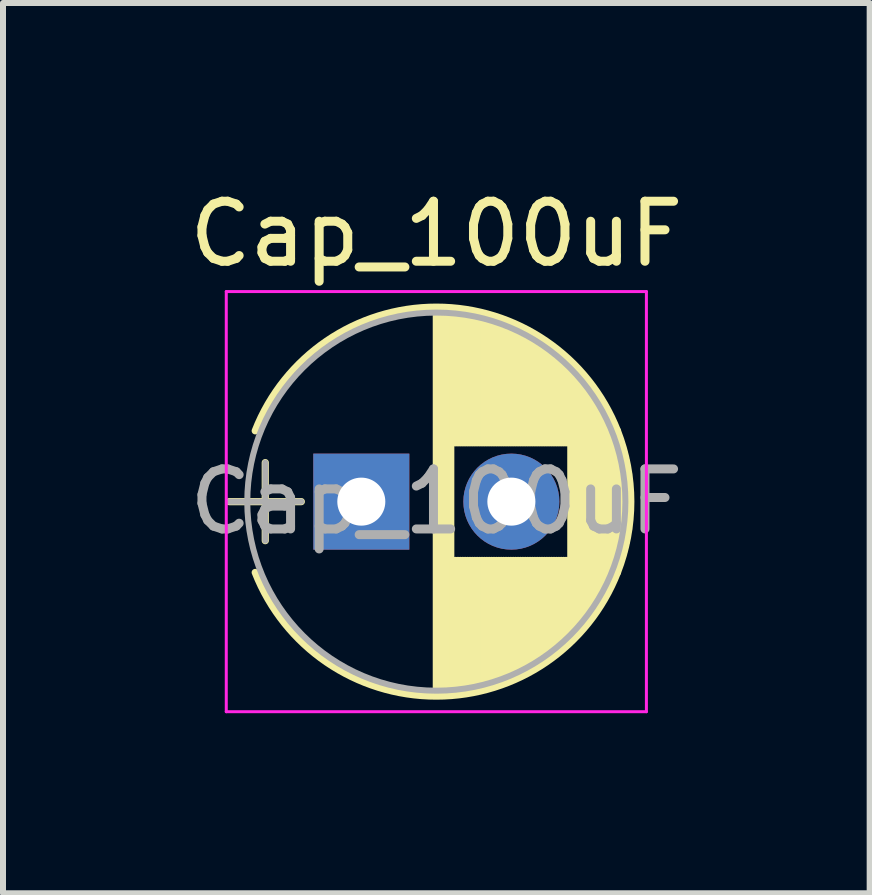
<source format=kicad_pcb>
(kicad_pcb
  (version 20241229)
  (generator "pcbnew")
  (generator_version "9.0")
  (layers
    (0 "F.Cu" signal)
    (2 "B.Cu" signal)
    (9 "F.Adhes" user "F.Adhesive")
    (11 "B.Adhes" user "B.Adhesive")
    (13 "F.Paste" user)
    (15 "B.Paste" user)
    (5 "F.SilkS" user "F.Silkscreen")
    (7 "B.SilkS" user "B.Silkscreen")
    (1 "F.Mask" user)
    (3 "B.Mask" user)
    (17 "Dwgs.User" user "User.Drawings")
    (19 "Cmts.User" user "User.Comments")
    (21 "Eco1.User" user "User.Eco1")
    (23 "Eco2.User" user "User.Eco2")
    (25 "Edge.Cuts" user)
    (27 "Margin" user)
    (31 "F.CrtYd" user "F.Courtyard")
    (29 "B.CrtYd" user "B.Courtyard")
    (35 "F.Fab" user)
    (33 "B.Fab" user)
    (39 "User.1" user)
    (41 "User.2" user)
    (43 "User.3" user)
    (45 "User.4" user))
  (footprint "Cap_100uF"
    (layer "F.Cu")
    (at 2.97 5.308)
    (property "Reference" "Cap_100uF" (at 1.25 -4.46 0) (layer "F.SilkS") (effects (font (size 1 1) (thickness 0.15))))
    (attr through_hole)
    (fp_line (start -2.2 0) (end -1 0) (stroke (width 0.12) (type solid)) (layer "F.SilkS"))
    (fp_line (start -1.6 -0.65) (end -1.6 0.65) (stroke (width 0.12) (type solid)) (layer "F.SilkS"))
    (fp_line (start 1.25 -3.2) (end 1.25 3.2) (stroke (width 0.12) (type solid)) (layer "F.SilkS"))
    (fp_line (start 1.29 -3.2) (end 1.29 3.2) (stroke (width 0.12) (type solid)) (layer "F.SilkS"))
    (fp_line (start 1.33 -3.2) (end 1.33 3.2) (stroke (width 0.12) (type solid)) (layer "F.SilkS"))
    (fp_line (start 1.37 -3.198) (end 1.37 3.198) (stroke (width 0.12) (type solid)) (layer "F.SilkS"))
    (fp_line (start 1.41 -3.197) (end 1.41 3.197) (stroke (width 0.12) (type solid)) (layer "F.SilkS"))
    (fp_line (start 1.45 -3.194) (end 1.45 3.194) (stroke (width 0.12) (type solid)) (layer "F.SilkS"))
    (fp_line (start 1.49 -3.192) (end 1.49 3.192) (stroke (width 0.12) (type solid)) (layer "F.SilkS"))
    (fp_line (start 1.53 -3.188) (end 1.53 -0.98) (stroke (width 0.12) (type solid)) (layer "F.SilkS"))
    (fp_line (start 1.53 0.98) (end 1.53 3.188) (stroke (width 0.12) (type solid)) (layer "F.SilkS"))
    (fp_line (start 1.57 -3.185) (end 1.57 -0.98) (stroke (width 0.12) (type solid)) (layer "F.SilkS"))
    (fp_line (start 1.57 0.98) (end 1.57 3.185) (stroke (width 0.12) (type solid)) (layer "F.SilkS"))
    (fp_line (start 1.61 -3.18) (end 1.61 -0.98) (stroke (width 0.12) (type solid)) (layer "F.SilkS"))
    (fp_line (start 1.61 0.98) (end 1.61 3.18) (stroke (width 0.12) (type solid)) (layer "F.SilkS"))
    (fp_line (start 1.65 -3.176) (end 1.65 -0.98) (stroke (width 0.12) (type solid)) (layer "F.SilkS"))
    (fp_line (start 1.65 0.98) (end 1.65 3.176) (stroke (width 0.12) (type solid)) (layer "F.SilkS"))
    (fp_line (start 1.69 -3.17) (end 1.69 -0.98) (stroke (width 0.12) (type solid)) (layer "F.SilkS"))
    (fp_line (start 1.69 0.98) (end 1.69 3.17) (stroke (width 0.12) (type solid)) (layer "F.SilkS"))
    (fp_line (start 1.73 -3.165) (end 1.73 -0.98) (stroke (width 0.12) (type solid)) (layer "F.SilkS"))
    (fp_line (start 1.73 0.98) (end 1.73 3.165) (stroke (width 0.12) (type solid)) (layer "F.SilkS"))
    (fp_line (start 1.77 -3.158) (end 1.77 -0.98) (stroke (width 0.12) (type solid)) (layer "F.SilkS"))
    (fp_line (start 1.77 0.98) (end 1.77 3.158) (stroke (width 0.12) (type solid)) (layer "F.SilkS"))
    (fp_line (start 1.81 -3.152) (end 1.81 -0.98) (stroke (width 0.12) (type solid)) (layer "F.SilkS"))
    (fp_line (start 1.81 0.98) (end 1.81 3.152) (stroke (width 0.12) (type solid)) (layer "F.SilkS"))
    (fp_line (start 1.85 -3.144) (end 1.85 -0.98) (stroke (width 0.12) (type solid)) (layer "F.SilkS"))
    (fp_line (start 1.85 0.98) (end 1.85 3.144) (stroke (width 0.12) (type solid)) (layer "F.SilkS"))
    (fp_line (start 1.89 -3.137) (end 1.89 -0.98) (stroke (width 0.12) (type solid)) (layer "F.SilkS"))
    (fp_line (start 1.89 0.98) (end 1.89 3.137) (stroke (width 0.12) (type solid)) (layer "F.SilkS"))
    (fp_line (start 1.93 -3.128) (end 1.93 -0.98) (stroke (width 0.12) (type solid)) (layer "F.SilkS"))
    (fp_line (start 1.93 0.98) (end 1.93 3.128) (stroke (width 0.12) (type solid)) (layer "F.SilkS"))
    (fp_line (start 1.971 -3.119) (end 1.971 -0.98) (stroke (width 0.12) (type solid)) (layer "F.SilkS"))
    (fp_line (start 1.971 0.98) (end 1.971 3.119) (stroke (width 0.12) (type solid)) (layer "F.SilkS"))
    (fp_line (start 2.011 -3.11) (end 2.011 -0.98) (stroke (width 0.12) (type solid)) (layer "F.SilkS"))
    (fp_line (start 2.011 0.98) (end 2.011 3.11) (stroke (width 0.12) (type solid)) (layer "F.SilkS"))
    (fp_line (start 2.051 -3.1) (end 2.051 -0.98) (stroke (width 0.12) (type solid)) (layer "F.SilkS"))
    (fp_line (start 2.051 0.98) (end 2.051 3.1) (stroke (width 0.12) (type solid)) (layer "F.SilkS"))
    (fp_line (start 2.091 -3.09) (end 2.091 -0.98) (stroke (width 0.12) (type solid)) (layer "F.SilkS"))
    (fp_line (start 2.091 0.98) (end 2.091 3.09) (stroke (width 0.12) (type solid)) (layer "F.SilkS"))
    (fp_line (start 2.131 -3.079) (end 2.131 -0.98) (stroke (width 0.12) (type solid)) (layer "F.SilkS"))
    (fp_line (start 2.131 0.98) (end 2.131 3.079) (stroke (width 0.12) (type solid)) (layer "F.SilkS"))
    (fp_line (start 2.171 -3.067) (end 2.171 -0.98) (stroke (width 0.12) (type solid)) (layer "F.SilkS"))
    (fp_line (start 2.171 0.98) (end 2.171 3.067) (stroke (width 0.12) (type solid)) (layer "F.SilkS"))
    (fp_line (start 2.211 -3.055) (end 2.211 -0.98) (stroke (width 0.12) (type solid)) (layer "F.SilkS"))
    (fp_line (start 2.211 0.98) (end 2.211 3.055) (stroke (width 0.12) (type solid)) (layer "F.SilkS"))
    (fp_line (start 2.251 -3.042) (end 2.251 -0.98) (stroke (width 0.12) (type solid)) (layer "F.SilkS"))
    (fp_line (start 2.251 0.98) (end 2.251 3.042) (stroke (width 0.12) (type solid)) (layer "F.SilkS"))
    (fp_line (start 2.291 -3.029) (end 2.291 -0.98) (stroke (width 0.12) (type solid)) (layer "F.SilkS"))
    (fp_line (start 2.291 0.98) (end 2.291 3.029) (stroke (width 0.12) (type solid)) (layer "F.SilkS"))
    (fp_line (start 2.331 -3.015) (end 2.331 -0.98) (stroke (width 0.12) (type solid)) (layer "F.SilkS"))
    (fp_line (start 2.331 0.98) (end 2.331 3.015) (stroke (width 0.12) (type solid)) (layer "F.SilkS"))
    (fp_line (start 2.371 -3.001) (end 2.371 -0.98) (stroke (width 0.12) (type solid)) (layer "F.SilkS"))
    (fp_line (start 2.371 0.98) (end 2.371 3.001) (stroke (width 0.12) (type solid)) (layer "F.SilkS"))
    (fp_line (start 2.411 -2.986) (end 2.411 -0.98) (stroke (width 0.12) (type solid)) (layer "F.SilkS"))
    (fp_line (start 2.411 0.98) (end 2.411 2.986) (stroke (width 0.12) (type solid)) (layer "F.SilkS"))
    (fp_line (start 2.451 -2.97) (end 2.451 -0.98) (stroke (width 0.12) (type solid)) (layer "F.SilkS"))
    (fp_line (start 2.451 0.98) (end 2.451 2.97) (stroke (width 0.12) (type solid)) (layer "F.SilkS"))
    (fp_line (start 2.491 -2.954) (end 2.491 -0.98) (stroke (width 0.12) (type solid)) (layer "F.SilkS"))
    (fp_line (start 2.491 0.98) (end 2.491 2.954) (stroke (width 0.12) (type solid)) (layer "F.SilkS"))
    (fp_line (start 2.531 -2.937) (end 2.531 -0.98) (stroke (width 0.12) (type solid)) (layer "F.SilkS"))
    (fp_line (start 2.531 0.98) (end 2.531 2.937) (stroke (width 0.12) (type solid)) (layer "F.SilkS"))
    (fp_line (start 2.571 -2.919) (end 2.571 -0.98) (stroke (width 0.12) (type solid)) (layer "F.SilkS"))
    (fp_line (start 2.571 0.98) (end 2.571 2.919) (stroke (width 0.12) (type solid)) (layer "F.SilkS"))
    (fp_line (start 2.611 -2.901) (end 2.611 -0.98) (stroke (width 0.12) (type solid)) (layer "F.SilkS"))
    (fp_line (start 2.611 0.98) (end 2.611 2.901) (stroke (width 0.12) (type solid)) (layer "F.SilkS"))
    (fp_line (start 2.651 -2.882) (end 2.651 -0.98) (stroke (width 0.12) (type solid)) (layer "F.SilkS"))
    (fp_line (start 2.651 0.98) (end 2.651 2.882) (stroke (width 0.12) (type solid)) (layer "F.SilkS"))
    (fp_line (start 2.691 -2.863) (end 2.691 -0.98) (stroke (width 0.12) (type solid)) (layer "F.SilkS"))
    (fp_line (start 2.691 0.98) (end 2.691 2.863) (stroke (width 0.12) (type solid)) (layer "F.SilkS"))
    (fp_line (start 2.731 -2.843) (end 2.731 -0.98) (stroke (width 0.12) (type solid)) (layer "F.SilkS"))
    (fp_line (start 2.731 0.98) (end 2.731 2.843) (stroke (width 0.12) (type solid)) (layer "F.SilkS"))
    (fp_line (start 2.771 -2.822) (end 2.771 -0.98) (stroke (width 0.12) (type solid)) (layer "F.SilkS"))
    (fp_line (start 2.771 0.98) (end 2.771 2.822) (stroke (width 0.12) (type solid)) (layer "F.SilkS"))
    (fp_line (start 2.811 -2.8) (end 2.811 -0.98) (stroke (width 0.12) (type solid)) (layer "F.SilkS"))
    (fp_line (start 2.811 0.98) (end 2.811 2.8) (stroke (width 0.12) (type solid)) (layer "F.SilkS"))
    (fp_line (start 2.851 -2.778) (end 2.851 -0.98) (stroke (width 0.12) (type solid)) (layer "F.SilkS"))
    (fp_line (start 2.851 0.98) (end 2.851 2.778) (stroke (width 0.12) (type solid)) (layer "F.SilkS"))
    (fp_line (start 2.891 -2.755) (end 2.891 -0.98) (stroke (width 0.12) (type solid)) (layer "F.SilkS"))
    (fp_line (start 2.891 0.98) (end 2.891 2.755) (stroke (width 0.12) (type solid)) (layer "F.SilkS"))
    (fp_line (start 2.931 -2.731) (end 2.931 -0.98) (stroke (width 0.12) (type solid)) (layer "F.SilkS"))
    (fp_line (start 2.931 0.98) (end 2.931 2.731) (stroke (width 0.12) (type solid)) (layer "F.SilkS"))
    (fp_line (start 2.971 -2.706) (end 2.971 -0.98) (stroke (width 0.12) (type solid)) (layer "F.SilkS"))
    (fp_line (start 2.971 0.98) (end 2.971 2.706) (stroke (width 0.12) (type solid)) (layer "F.SilkS"))
    (fp_line (start 3.011 -2.681) (end 3.011 -0.98) (stroke (width 0.12) (type solid)) (layer "F.SilkS"))
    (fp_line (start 3.011 0.98) (end 3.011 2.681) (stroke (width 0.12) (type solid)) (layer "F.SilkS"))
    (fp_line (start 3.051 -2.654) (end 3.051 -0.98) (stroke (width 0.12) (type solid)) (layer "F.SilkS"))
    (fp_line (start 3.051 0.98) (end 3.051 2.654) (stroke (width 0.12) (type solid)) (layer "F.SilkS"))
    (fp_line (start 3.091 -2.627) (end 3.091 -0.98) (stroke (width 0.12) (type solid)) (layer "F.SilkS"))
    (fp_line (start 3.091 0.98) (end 3.091 2.627) (stroke (width 0.12) (type solid)) (layer "F.SilkS"))
    (fp_line (start 3.131 -2.599) (end 3.131 -0.98) (stroke (width 0.12) (type solid)) (layer "F.SilkS"))
    (fp_line (start 3.131 0.98) (end 3.131 2.599) (stroke (width 0.12) (type solid)) (layer "F.SilkS"))
    (fp_line (start 3.171 -2.57) (end 3.171 -0.98) (stroke (width 0.12) (type solid)) (layer "F.SilkS"))
    (fp_line (start 3.171 0.98) (end 3.171 2.57) (stroke (width 0.12) (type solid)) (layer "F.SilkS"))
    (fp_line (start 3.211 -2.54) (end 3.211 -0.98) (stroke (width 0.12) (type solid)) (layer "F.SilkS"))
    (fp_line (start 3.211 0.98) (end 3.211 2.54) (stroke (width 0.12) (type solid)) (layer "F.SilkS"))
    (fp_line (start 3.251 -2.51) (end 3.251 -0.98) (stroke (width 0.12) (type solid)) (layer "F.SilkS"))
    (fp_line (start 3.251 0.98) (end 3.251 2.51) (stroke (width 0.12) (type solid)) (layer "F.SilkS"))
    (fp_line (start 3.291 -2.478) (end 3.291 -0.98) (stroke (width 0.12) (type solid)) (layer "F.SilkS"))
    (fp_line (start 3.291 0.98) (end 3.291 2.478) (stroke (width 0.12) (type solid)) (layer "F.SilkS"))
    (fp_line (start 3.331 -2.445) (end 3.331 -0.98) (stroke (width 0.12) (type solid)) (layer "F.SilkS"))
    (fp_line (start 3.331 0.98) (end 3.331 2.445) (stroke (width 0.12) (type solid)) (layer "F.SilkS"))
    (fp_line (start 3.371 -2.411) (end 3.371 -0.98) (stroke (width 0.12) (type solid)) (layer "F.SilkS"))
    (fp_line (start 3.371 0.98) (end 3.371 2.411) (stroke (width 0.12) (type solid)) (layer "F.SilkS"))
    (fp_line (start 3.411 -2.375) (end 3.411 -0.98) (stroke (width 0.12) (type solid)) (layer "F.SilkS"))
    (fp_line (start 3.411 0.98) (end 3.411 2.375) (stroke (width 0.12) (type solid)) (layer "F.SilkS"))
    (fp_line (start 3.451 -2.339) (end 3.451 -0.98) (stroke (width 0.12) (type solid)) (layer "F.SilkS"))
    (fp_line (start 3.451 0.98) (end 3.451 2.339) (stroke (width 0.12) (type solid)) (layer "F.SilkS"))
    (fp_line (start 3.491 -2.301) (end 3.491 2.301) (stroke (width 0.12) (type solid)) (layer "F.SilkS"))
    (fp_line (start 3.531 -2.262) (end 3.531 2.262) (stroke (width 0.12) (type solid)) (layer "F.SilkS"))
    (fp_line (start 3.571 -2.222) (end 3.571 2.222) (stroke (width 0.12) (type solid)) (layer "F.SilkS"))
    (fp_line (start 3.611 -2.18) (end 3.611 2.18) (stroke (width 0.12) (type solid)) (layer "F.SilkS"))
    (fp_line (start 3.651 -2.137) (end 3.651 2.137) (stroke (width 0.12) (type solid)) (layer "F.SilkS"))
    (fp_line (start 3.691 -2.092) (end 3.691 2.092) (stroke (width 0.12) (type solid)) (layer "F.SilkS"))
    (fp_line (start 3.731 -2.045) (end 3.731 2.045) (stroke (width 0.12) (type solid)) (layer "F.SilkS"))
    (fp_line (start 3.771 -1.997) (end 3.771 1.997) (stroke (width 0.12) (type solid)) (layer "F.SilkS"))
    (fp_line (start 3.811 -1.946) (end 3.811 1.946) (stroke (width 0.12) (type solid)) (layer "F.SilkS"))
    (fp_line (start 3.851 -1.894) (end 3.851 1.894) (stroke (width 0.12) (type solid)) (layer "F.SilkS"))
    (fp_line (start 3.891 -1.839) (end 3.891 1.839) (stroke (width 0.12) (type solid)) (layer "F.SilkS"))
    (fp_line (start 3.931 -1.781) (end 3.931 1.781) (stroke (width 0.12) (type solid)) (layer "F.SilkS"))
    (fp_line (start 3.971 -1.721) (end 3.971 1.721) (stroke (width 0.12) (type solid)) (layer "F.SilkS"))
    (fp_line (start 4.011 -1.658) (end 4.011 1.658) (stroke (width 0.12) (type solid)) (layer "F.SilkS"))
    (fp_line (start 4.051 -1.591) (end 4.051 1.591) (stroke (width 0.12) (type solid)) (layer "F.SilkS"))
    (fp_line (start 4.091 -1.52) (end 4.091 1.52) (stroke (width 0.12) (type solid)) (layer "F.SilkS"))
    (fp_line (start 4.131 -1.445) (end 4.131 1.445) (stroke (width 0.12) (type solid)) (layer "F.SilkS"))
    (fp_line (start 4.171 -1.364) (end 4.171 1.364) (stroke (width 0.12) (type solid)) (layer "F.SilkS"))
    (fp_line (start 4.211 -1.278) (end 4.211 1.278) (stroke (width 0.12) (type solid)) (layer "F.SilkS"))
    (fp_line (start 4.251 -1.184) (end 4.251 1.184) (stroke (width 0.12) (type solid)) (layer "F.SilkS"))
    (fp_line (start 4.291 -1.081) (end 4.291 1.081) (stroke (width 0.12) (type solid)) (layer "F.SilkS"))
    (fp_line (start 4.331 -0.966) (end 4.331 0.966) (stroke (width 0.12) (type solid)) (layer "F.SilkS"))
    (fp_line (start 4.371 -0.834) (end 4.371 0.834) (stroke (width 0.12) (type solid)) (layer "F.SilkS"))
    (fp_line (start 4.411 -0.676) (end 4.411 0.676) (stroke (width 0.12) (type solid)) (layer "F.SilkS"))
    (fp_line (start 4.451 -0.468) (end 4.451 0.468) (stroke (width 0.12) (type solid)) (layer "F.SilkS"))
    (fp_arc (start -1.767482 -1.18) (mid 1.250464 -3.24) (end 4.26782 -1.179135) (stroke (width 0.12) (type solid)) (layer "F.SilkS"))
    (fp_arc (start 4.267482 -1.18) (mid 4.49 -0.000464) (end 4.26782 1.179135) (stroke (width 0.12) (type solid)) (layer "F.SilkS"))
    (fp_arc (start 4.26782 1.179135) (mid 1.250464 3.239999) (end -1.767482 1.18) (stroke (width 0.12) (type solid)) (layer "F.SilkS"))
    (fp_line (start -2.25 -3.5) (end -2.25 3.5) (stroke (width 0.05) (type solid)) (layer "F.CrtYd"))
    (fp_line (start -2.25 3.5) (end 4.75 3.5) (stroke (width 0.05) (type solid)) (layer "F.CrtYd"))
    (fp_line (start 4.75 -3.5) (end -2.25 -3.5) (stroke (width 0.05) (type solid)) (layer "F.CrtYd"))
    (fp_line (start 4.75 3.5) (end 4.75 -3.5) (stroke (width 0.05) (type solid)) (layer "F.CrtYd"))
    (fp_line (start -2.2 0) (end -1 0) (stroke (width 0.1) (type solid)) (layer "F.Fab"))
    (fp_line (start -1.6 -0.65) (end -1.6 0.65) (stroke (width 0.1) (type solid)) (layer "F.Fab"))
    (fp_circle (center 1.25 0) (end 4.4 0) (stroke (width 0.1) (type solid)) (fill no) (layer "F.Fab"))
    (fp_text user "${REFERENCE}" (at 1.25 0 0) (layer "F.Fab") (effects (font (size 1 1) (thickness 0.15))))
    (pad "1" thru_hole rect (at 0 0) (size 1.6 1.6) (drill 0.8) (layers "*.Cu" "*.Mask"))
    (pad "2" thru_hole circle (at 2.5 0) (size 1.6 1.6) (drill 0.8) (layers "*.Cu" "*.Mask")))
  (gr_rect
    (start -3 -3)
    (end 11.44 11.833)
    (stroke (width 0.1) (type default))
    (fill no)
    (layer "Edge.Cuts")))
</source>
